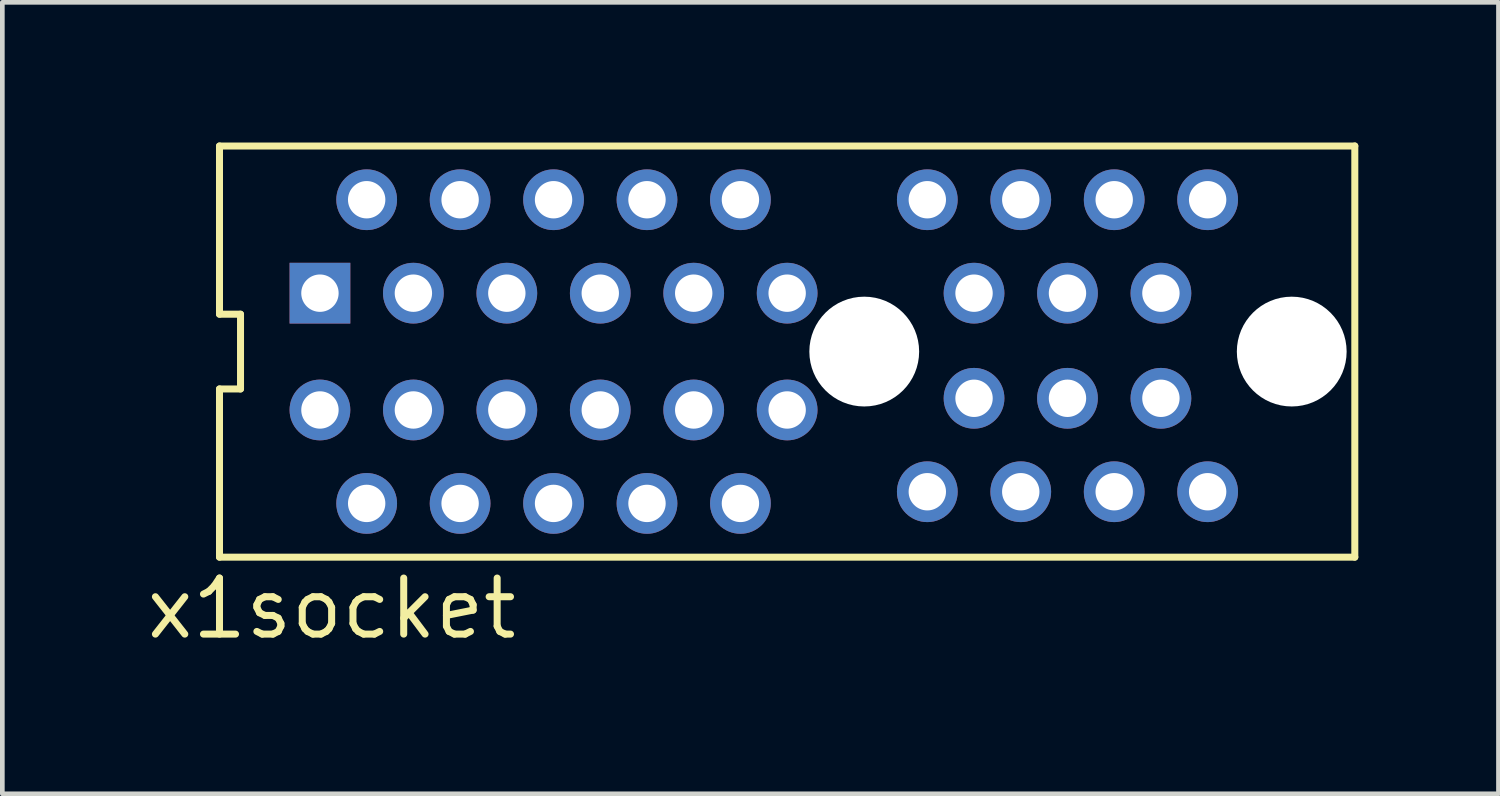
<source format=kicad_pcb>
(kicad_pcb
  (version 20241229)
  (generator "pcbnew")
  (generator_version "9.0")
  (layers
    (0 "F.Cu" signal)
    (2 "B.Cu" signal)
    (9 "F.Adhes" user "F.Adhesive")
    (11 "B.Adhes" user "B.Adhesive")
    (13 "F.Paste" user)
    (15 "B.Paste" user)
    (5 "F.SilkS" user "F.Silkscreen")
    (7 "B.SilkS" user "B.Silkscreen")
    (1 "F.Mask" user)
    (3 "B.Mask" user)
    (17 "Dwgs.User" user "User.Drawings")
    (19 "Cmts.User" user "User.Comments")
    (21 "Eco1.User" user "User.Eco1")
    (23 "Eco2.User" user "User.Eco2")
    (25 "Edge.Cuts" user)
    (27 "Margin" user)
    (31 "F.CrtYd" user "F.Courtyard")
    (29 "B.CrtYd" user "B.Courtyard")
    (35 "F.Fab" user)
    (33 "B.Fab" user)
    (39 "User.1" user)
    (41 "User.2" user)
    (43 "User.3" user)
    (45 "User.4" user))
  (footprint "x1socket"
    (layer "F.Cu")
    (at 8.798 4.475)
    (property "Reference" "x1socket" (at -4.75 5.5 180) (layer "F.SilkS") (effects (font (size 1.2 1.2) (thickness 0.15))))
    (attr through_hole)
    (fp_line (start -7.15 -4.4) (end -7.15 -0.8) (stroke (width 0.15) (type solid)) (layer "F.SilkS"))
    (fp_line (start -7.15 -0.8) (end -6.7 -0.8) (stroke (width 0.15) (type solid)) (layer "F.SilkS"))
    (fp_line (start -7.15 0.8) (end -7.15 4.4) (stroke (width 0.15) (type solid)) (layer "F.SilkS"))
    (fp_line (start -7.15 4.4) (end 17.15 4.4) (stroke (width 0.15) (type solid)) (layer "F.SilkS"))
    (fp_line (start -6.7 -0.8) (end -6.7 0.8) (stroke (width 0.15) (type solid)) (layer "F.SilkS"))
    (fp_line (start -6.7 0.8) (end -7.15 0.8) (stroke (width 0.15) (type solid)) (layer "F.SilkS"))
    (fp_line (start 17.15 -4.4) (end -7.15 -4.4) (stroke (width 0.15) (type solid)) (layer "F.SilkS"))
    (fp_line (start 17.15 4.4) (end 17.15 -4.4) (stroke (width 0.15) (type solid)) (layer "F.SilkS"))
    (pad "" np_thru_hole circle (at 6.65 0) (size 2.35 2.35) (drill 2.35) (layers "*.Cu" "*.Mask"))
    (pad "" np_thru_hole circle (at 15.8 0) (size 2.35 2.35) (drill 2.35) (layers "*.Cu" "*.Mask"))
    (pad "A1" thru_hole rect (at -5 -1.25) (size 1.3 1.3) (drill 0.8) (layers "*.Cu" "*.Mask"))
    (pad "A2" thru_hole circle (at -4 -3.25) (size 1.3 1.3) (drill 0.8) (layers "*.Cu" "*.Mask"))
    (pad "A3" thru_hole circle (at -3 -1.25) (size 1.3 1.3) (drill 0.8) (layers "*.Cu" "*.Mask"))
    (pad "A4" thru_hole circle (at -2 -3.25) (size 1.3 1.3) (drill 0.8) (layers "*.Cu" "*.Mask"))
    (pad "A5" thru_hole circle (at -1 -1.25) (size 1.3 1.3) (drill 0.8) (layers "*.Cu" "*.Mask"))
    (pad "A6" thru_hole circle (at 0 -3.25) (size 1.3 1.3) (drill 0.8) (layers "*.Cu" "*.Mask"))
    (pad "A7" thru_hole circle (at 1 -1.25) (size 1.3 1.3) (drill 0.8) (layers "*.Cu" "*.Mask"))
    (pad "A8" thru_hole circle (at 2 -3.25) (size 1.3 1.3) (drill 0.8) (layers "*.Cu" "*.Mask"))
    (pad "A9" thru_hole circle (at 3 -1.25) (size 1.3 1.3) (drill 0.8) (layers "*.Cu" "*.Mask"))
    (pad "A10" thru_hole circle (at 4 -3.25) (size 1.3 1.3) (drill 0.8) (layers "*.Cu" "*.Mask"))
    (pad "A11" thru_hole circle (at 5 -1.25) (size 1.3 1.3) (drill 0.8) (layers "*.Cu" "*.Mask"))
    (pad "A12" thru_hole circle (at 8 -3.25) (size 1.3 1.3) (drill 0.8) (layers "*.Cu" "*.Mask"))
    (pad "A13" thru_hole circle (at 9 -1.25) (size 1.3 1.3) (drill 0.8) (layers "*.Cu" "*.Mask"))
    (pad "A14" thru_hole circle (at 10 -3.25) (size 1.3 1.3) (drill 0.8) (layers "*.Cu" "*.Mask"))
    (pad "A15" thru_hole circle (at 11 -1.25) (size 1.3 1.3) (drill 0.8) (layers "*.Cu" "*.Mask"))
    (pad "A16" thru_hole circle (at 12 -3.25) (size 1.3 1.3) (drill 0.8) (layers "*.Cu" "*.Mask"))
    (pad "A17" thru_hole circle (at 13 -1.25) (size 1.3 1.3) (drill 0.8) (layers "*.Cu" "*.Mask"))
    (pad "A18" thru_hole circle (at 14 -3.25) (size 1.3 1.3) (drill 0.8) (layers "*.Cu" "*.Mask"))
    (pad "B1" thru_hole circle (at -5 1.25) (size 1.3 1.3) (drill 0.8) (layers "*.Cu" "*.Mask"))
    (pad "B2" thru_hole circle (at -4 3.25) (size 1.3 1.3) (drill 0.8) (layers "*.Cu" "*.Mask"))
    (pad "B3" thru_hole circle (at -3 1.25) (size 1.3 1.3) (drill 0.8) (layers "*.Cu" "*.Mask"))
    (pad "B4" thru_hole circle (at -2 3.25) (size 1.3 1.3) (drill 0.8) (layers "*.Cu" "*.Mask"))
    (pad "B5" thru_hole circle (at -1 1.25) (size 1.3 1.3) (drill 0.8) (layers "*.Cu" "*.Mask"))
    (pad "B6" thru_hole circle (at 0 3.25) (size 1.3 1.3) (drill 0.8) (layers "*.Cu" "*.Mask"))
    (pad "B7" thru_hole circle (at 1 1.25) (size 1.3 1.3) (drill 0.8) (layers "*.Cu" "*.Mask"))
    (pad "B8" thru_hole circle (at 2 3.25) (size 1.3 1.3) (drill 0.8) (layers "*.Cu" "*.Mask"))
    (pad "B9" thru_hole circle (at 3 1.25) (size 1.3 1.3) (drill 0.8) (layers "*.Cu" "*.Mask"))
    (pad "B10" thru_hole circle (at 4 3.25) (size 1.3 1.3) (drill 0.8) (layers "*.Cu" "*.Mask"))
    (pad "B11" thru_hole circle (at 5 1.25) (size 1.3 1.3) (drill 0.8) (layers "*.Cu" "*.Mask"))
    (pad "B12" thru_hole circle (at 8 3) (size 1.3 1.3) (drill 0.8) (layers "*.Cu" "*.Mask"))
    (pad "B13" thru_hole circle (at 9 1) (size 1.3 1.3) (drill 0.8) (layers "*.Cu" "*.Mask"))
    (pad "B14" thru_hole circle (at 10 3) (size 1.3 1.3) (drill 0.8) (layers "*.Cu" "*.Mask"))
    (pad "B15" thru_hole circle (at 11 1) (size 1.3 1.3) (drill 0.8) (layers "*.Cu" "*.Mask"))
    (pad "B16" thru_hole circle (at 12 3) (size 1.3 1.3) (drill 0.8) (layers "*.Cu" "*.Mask"))
    (pad "B17" thru_hole circle (at 13 1) (size 1.3 1.3) (drill 0.8) (layers "*.Cu" "*.Mask"))
    (pad "B18" thru_hole circle (at 14 3) (size 1.3 1.3) (drill 0.8) (layers "*.Cu" "*.Mask")))
  (gr_rect
    (start -3 -3)
    (end 29.023 13.94)
    (stroke (width 0.1) (type default))
    (fill no)
    (layer "Edge.Cuts")))
</source>
